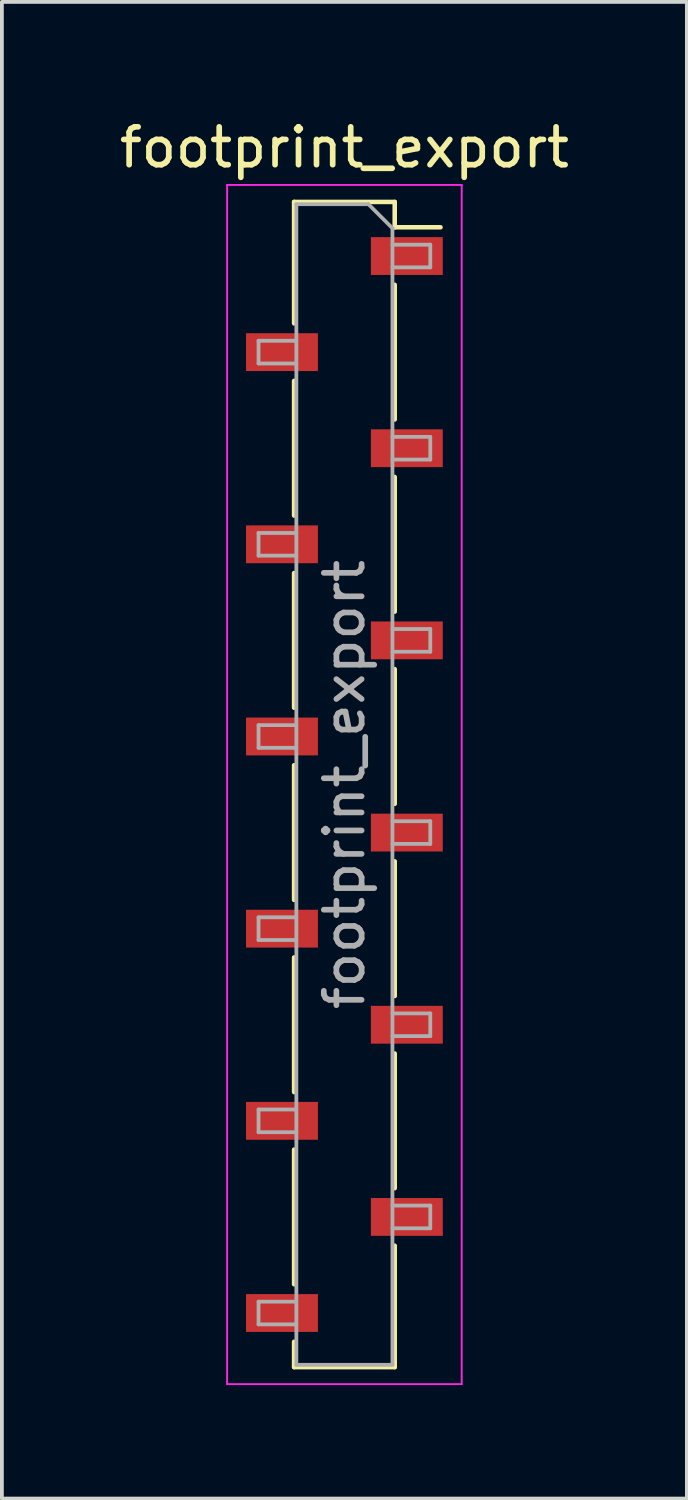
<source format=kicad_pcb>
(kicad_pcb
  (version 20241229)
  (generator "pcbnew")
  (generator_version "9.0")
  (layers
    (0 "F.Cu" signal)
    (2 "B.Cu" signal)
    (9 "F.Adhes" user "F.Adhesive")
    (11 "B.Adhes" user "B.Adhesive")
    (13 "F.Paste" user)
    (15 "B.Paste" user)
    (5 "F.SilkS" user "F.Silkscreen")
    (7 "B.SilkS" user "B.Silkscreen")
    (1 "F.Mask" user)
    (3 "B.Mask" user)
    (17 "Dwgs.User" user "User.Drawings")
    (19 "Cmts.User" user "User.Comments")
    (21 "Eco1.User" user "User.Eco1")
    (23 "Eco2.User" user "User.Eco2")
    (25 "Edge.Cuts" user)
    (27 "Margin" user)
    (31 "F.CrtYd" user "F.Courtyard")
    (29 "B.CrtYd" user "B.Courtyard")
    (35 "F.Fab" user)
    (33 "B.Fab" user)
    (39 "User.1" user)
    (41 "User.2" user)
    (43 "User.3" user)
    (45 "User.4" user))
  (footprint "footprint_export"
    (layer "F.Cu")
    (at 6.054 17.688)
    (property "Reference" "footprint_export" (at 0 -16.84 0) (layer "F.SilkS") (effects (font (size 1 1) (thickness 0.15))))
    (attr smd)
    (fp_line (start -1.33 -15.4) (end -1.33 -12.19) (stroke (width 0.12) (type solid)) (layer "F.SilkS"))
    (fp_line (start -1.33 -15.4) (end 1.33 -15.4) (stroke (width 0.12) (type solid)) (layer "F.SilkS"))
    (fp_line (start -1.33 -10.67) (end -1.33 -7.11) (stroke (width 0.12) (type solid)) (layer "F.SilkS"))
    (fp_line (start -1.33 -5.59) (end -1.33 -2.03) (stroke (width 0.12) (type solid)) (layer "F.SilkS"))
    (fp_line (start -1.33 -0.51) (end -1.33 3.05) (stroke (width 0.12) (type solid)) (layer "F.SilkS"))
    (fp_line (start -1.33 4.57) (end -1.33 8.13) (stroke (width 0.12) (type solid)) (layer "F.SilkS"))
    (fp_line (start -1.33 9.65) (end -1.33 13.21) (stroke (width 0.12) (type solid)) (layer "F.SilkS"))
    (fp_line (start -1.33 14.73) (end -1.33 15.4) (stroke (width 0.12) (type solid)) (layer "F.SilkS"))
    (fp_line (start -1.33 15.4) (end 1.33 15.4) (stroke (width 0.12) (type solid)) (layer "F.SilkS"))
    (fp_line (start 1.33 -15.4) (end 1.33 -14.73) (stroke (width 0.12) (type solid)) (layer "F.SilkS"))
    (fp_line (start 1.33 -14.73) (end 2.54 -14.73) (stroke (width 0.12) (type solid)) (layer "F.SilkS"))
    (fp_line (start 1.33 -13.21) (end 1.33 -9.65) (stroke (width 0.12) (type solid)) (layer "F.SilkS"))
    (fp_line (start 1.33 -8.13) (end 1.33 -4.57) (stroke (width 0.12) (type solid)) (layer "F.SilkS"))
    (fp_line (start 1.33 -3.05) (end 1.33 0.51) (stroke (width 0.12) (type solid)) (layer "F.SilkS"))
    (fp_line (start 1.33 2.03) (end 1.33 5.59) (stroke (width 0.12) (type solid)) (layer "F.SilkS"))
    (fp_line (start 1.33 7.11) (end 1.33 10.67) (stroke (width 0.12) (type solid)) (layer "F.SilkS"))
    (fp_line (start 1.33 12.19) (end 1.33 15.4) (stroke (width 0.12) (type solid)) (layer "F.SilkS"))
    (fp_line (start -3.1 -15.85) (end 3.1 -15.85) (stroke (width 0.05) (type solid)) (layer "F.CrtYd"))
    (fp_line (start -3.1 15.85) (end -3.1 -15.85) (stroke (width 0.05) (type solid)) (layer "F.CrtYd"))
    (fp_line (start 3.1 -15.85) (end 3.1 15.85) (stroke (width 0.05) (type solid)) (layer "F.CrtYd"))
    (fp_line (start 3.1 15.85) (end -3.1 15.85) (stroke (width 0.05) (type solid)) (layer "F.CrtYd"))
    (fp_line (start -2.27 -11.73) (end -1.27 -11.73) (stroke (width 0.1) (type solid)) (layer "F.Fab"))
    (fp_line (start -2.27 -11.13) (end -2.27 -11.73) (stroke (width 0.1) (type solid)) (layer "F.Fab"))
    (fp_line (start -2.27 -6.65) (end -1.27 -6.65) (stroke (width 0.1) (type solid)) (layer "F.Fab"))
    (fp_line (start -2.27 -6.05) (end -2.27 -6.65) (stroke (width 0.1) (type solid)) (layer "F.Fab"))
    (fp_line (start -2.27 -1.57) (end -1.27 -1.57) (stroke (width 0.1) (type solid)) (layer "F.Fab"))
    (fp_line (start -2.27 -0.97) (end -2.27 -1.57) (stroke (width 0.1) (type solid)) (layer "F.Fab"))
    (fp_line (start -2.27 3.51) (end -1.27 3.51) (stroke (width 0.1) (type solid)) (layer "F.Fab"))
    (fp_line (start -2.27 4.11) (end -2.27 3.51) (stroke (width 0.1) (type solid)) (layer "F.Fab"))
    (fp_line (start -2.27 8.59) (end -1.27 8.59) (stroke (width 0.1) (type solid)) (layer "F.Fab"))
    (fp_line (start -2.27 9.19) (end -2.27 8.59) (stroke (width 0.1) (type solid)) (layer "F.Fab"))
    (fp_line (start -2.27 13.67) (end -1.27 13.67) (stroke (width 0.1) (type solid)) (layer "F.Fab"))
    (fp_line (start -2.27 14.27) (end -2.27 13.67) (stroke (width 0.1) (type solid)) (layer "F.Fab"))
    (fp_line (start -1.27 -15.34) (end 0.635 -15.34) (stroke (width 0.1) (type solid)) (layer "F.Fab"))
    (fp_line (start -1.27 -11.13) (end -2.27 -11.13) (stroke (width 0.1) (type solid)) (layer "F.Fab"))
    (fp_line (start -1.27 -6.05) (end -2.27 -6.05) (stroke (width 0.1) (type solid)) (layer "F.Fab"))
    (fp_line (start -1.27 -0.97) (end -2.27 -0.97) (stroke (width 0.1) (type solid)) (layer "F.Fab"))
    (fp_line (start -1.27 4.11) (end -2.27 4.11) (stroke (width 0.1) (type solid)) (layer "F.Fab"))
    (fp_line (start -1.27 9.19) (end -2.27 9.19) (stroke (width 0.1) (type solid)) (layer "F.Fab"))
    (fp_line (start -1.27 14.27) (end -2.27 14.27) (stroke (width 0.1) (type solid)) (layer "F.Fab"))
    (fp_line (start -1.27 15.34) (end -1.27 -15.34) (stroke (width 0.1) (type solid)) (layer "F.Fab"))
    (fp_line (start 0.635 -15.34) (end 1.27 -14.705) (stroke (width 0.1) (type solid)) (layer "F.Fab"))
    (fp_line (start 1.27 -14.705) (end 1.27 15.34) (stroke (width 0.1) (type solid)) (layer "F.Fab"))
    (fp_line (start 1.27 -14.27) (end 2.27 -14.27) (stroke (width 0.1) (type solid)) (layer "F.Fab"))
    (fp_line (start 1.27 -9.19) (end 2.27 -9.19) (stroke (width 0.1) (type solid)) (layer "F.Fab"))
    (fp_line (start 1.27 -4.11) (end 2.27 -4.11) (stroke (width 0.1) (type solid)) (layer "F.Fab"))
    (fp_line (start 1.27 0.97) (end 2.27 0.97) (stroke (width 0.1) (type solid)) (layer "F.Fab"))
    (fp_line (start 1.27 6.05) (end 2.27 6.05) (stroke (width 0.1) (type solid)) (layer "F.Fab"))
    (fp_line (start 1.27 11.13) (end 2.27 11.13) (stroke (width 0.1) (type solid)) (layer "F.Fab"))
    (fp_line (start 1.27 15.34) (end -1.27 15.34) (stroke (width 0.1) (type solid)) (layer "F.Fab"))
    (fp_line (start 2.27 -14.27) (end 2.27 -13.67) (stroke (width 0.1) (type solid)) (layer "F.Fab"))
    (fp_line (start 2.27 -13.67) (end 1.27 -13.67) (stroke (width 0.1) (type solid)) (layer "F.Fab"))
    (fp_line (start 2.27 -9.19) (end 2.27 -8.59) (stroke (width 0.1) (type solid)) (layer "F.Fab"))
    (fp_line (start 2.27 -8.59) (end 1.27 -8.59) (stroke (width 0.1) (type solid)) (layer "F.Fab"))
    (fp_line (start 2.27 -4.11) (end 2.27 -3.51) (stroke (width 0.1) (type solid)) (layer "F.Fab"))
    (fp_line (start 2.27 -3.51) (end 1.27 -3.51) (stroke (width 0.1) (type solid)) (layer "F.Fab"))
    (fp_line (start 2.27 0.97) (end 2.27 1.57) (stroke (width 0.1) (type solid)) (layer "F.Fab"))
    (fp_line (start 2.27 1.57) (end 1.27 1.57) (stroke (width 0.1) (type solid)) (layer "F.Fab"))
    (fp_line (start 2.27 6.05) (end 2.27 6.65) (stroke (width 0.1) (type solid)) (layer "F.Fab"))
    (fp_line (start 2.27 6.65) (end 1.27 6.65) (stroke (width 0.1) (type solid)) (layer "F.Fab"))
    (fp_line (start 2.27 11.13) (end 2.27 11.73) (stroke (width 0.1) (type solid)) (layer "F.Fab"))
    (fp_line (start 2.27 11.73) (end 1.27 11.73) (stroke (width 0.1) (type solid)) (layer "F.Fab"))
    (fp_text user "${REFERENCE}" (at 0 0 90) (layer "F.Fab") (effects (font (size 1 1) (thickness 0.15))))
    (pad "1" smd rect (at 1.65 -13.97) (size 1.9 1) (layers "F.Cu" "F.Mask" "F.Paste"))
    (pad "2" smd rect (at -1.65 -11.43) (size 1.9 1) (layers "F.Cu" "F.Mask" "F.Paste"))
    (pad "3" smd rect (at 1.65 -8.89) (size 1.9 1) (layers "F.Cu" "F.Mask" "F.Paste"))
    (pad "4" smd rect (at -1.65 -6.35) (size 1.9 1) (layers "F.Cu" "F.Mask" "F.Paste"))
    (pad "5" smd rect (at 1.65 -3.81) (size 1.9 1) (layers "F.Cu" "F.Mask" "F.Paste"))
    (pad "6" smd rect (at -1.65 -1.27) (size 1.9 1) (layers "F.Cu" "F.Mask" "F.Paste"))
    (pad "7" smd rect (at 1.65 1.27) (size 1.9 1) (layers "F.Cu" "F.Mask" "F.Paste"))
    (pad "8" smd rect (at -1.65 3.81) (size 1.9 1) (layers "F.Cu" "F.Mask" "F.Paste"))
    (pad "9" smd rect (at 1.65 6.35) (size 1.9 1) (layers "F.Cu" "F.Mask" "F.Paste"))
    (pad "10" smd rect (at -1.65 8.89) (size 1.9 1) (layers "F.Cu" "F.Mask" "F.Paste"))
    (pad "11" smd rect (at 1.65 11.43) (size 1.9 1) (layers "F.Cu" "F.Mask" "F.Paste"))
    (pad "12" smd rect (at -1.65 13.97) (size 1.9 1) (layers "F.Cu" "F.Mask" "F.Paste")))
  (gr_rect
    (start -3 -3)
    (end 15.107 36.563)
    (stroke (width 0.1) (type default))
    (fill no)
    (layer "Edge.Cuts")))
</source>
